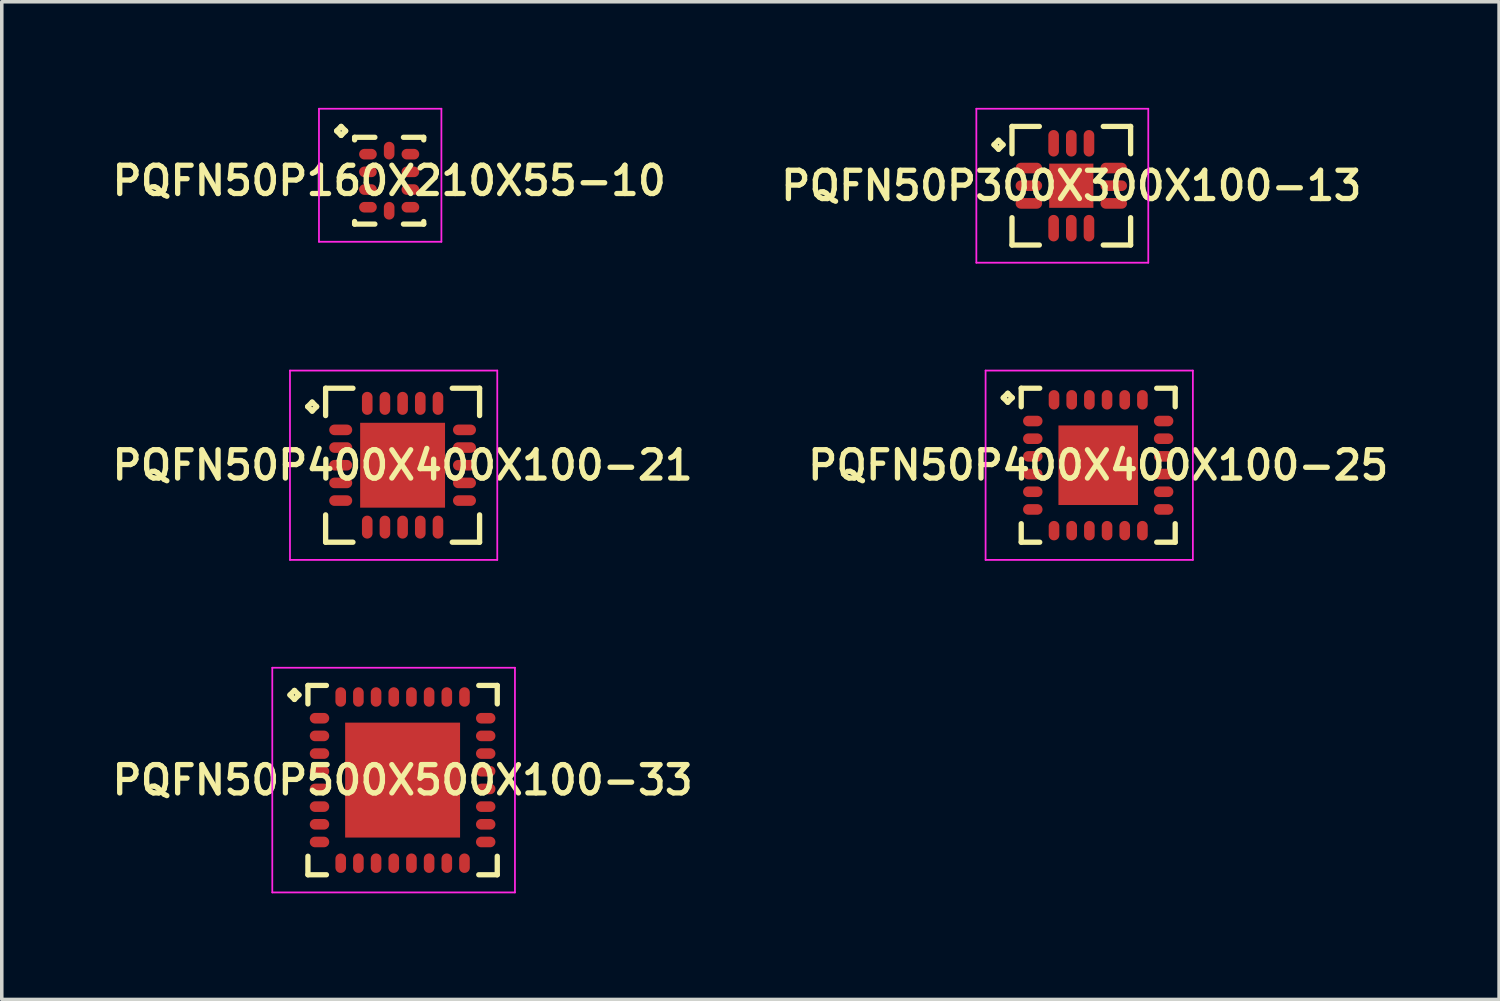
<source format=kicad_pcb>
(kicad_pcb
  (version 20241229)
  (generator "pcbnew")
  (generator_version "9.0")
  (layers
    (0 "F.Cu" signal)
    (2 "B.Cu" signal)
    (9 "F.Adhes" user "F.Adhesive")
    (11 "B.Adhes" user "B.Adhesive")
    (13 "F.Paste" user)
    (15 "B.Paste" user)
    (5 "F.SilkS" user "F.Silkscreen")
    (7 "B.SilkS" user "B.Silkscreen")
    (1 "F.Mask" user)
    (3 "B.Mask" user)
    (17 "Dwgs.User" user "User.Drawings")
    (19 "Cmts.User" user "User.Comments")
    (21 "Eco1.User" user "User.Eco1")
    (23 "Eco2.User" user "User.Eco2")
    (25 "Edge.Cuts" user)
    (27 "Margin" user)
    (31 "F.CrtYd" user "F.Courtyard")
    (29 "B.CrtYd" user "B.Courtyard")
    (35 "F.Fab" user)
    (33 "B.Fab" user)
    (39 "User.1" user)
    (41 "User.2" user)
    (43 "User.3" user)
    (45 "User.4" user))
  (footprint "PQFN50P400X400X100-25"
    (layer "F.Cu")
    (at 28.006 10.106)
    (property "Reference" "PQFN50P400X400X100-25" (at 0 0 0) (layer "F.SilkS") (effects (font (size 0.8 0.8) (thickness 0.15))))
    (attr smd)
    (fp_line (start -2.685 -1.908) (end -2.558 -2.035) (stroke (width 0.15) (type solid)) (layer "F.SilkS"))
    (fp_line (start -2.558 -2.035) (end -2.431 -1.908) (stroke (width 0.15) (type solid)) (layer "F.SilkS"))
    (fp_line (start -2.558 -1.781) (end -2.685 -1.908) (stroke (width 0.15) (type solid)) (layer "F.SilkS"))
    (fp_line (start -2.431 -1.908) (end -2.558 -1.781) (stroke (width 0.15) (type solid)) (layer "F.SilkS"))
    (fp_line (start -2.177 -2.177) (end -1.654 -2.177) (stroke (width 0.15) (type solid)) (layer "F.SilkS"))
    (fp_line (start -2.177 -1.654) (end -2.177 -2.177) (stroke (width 0.15) (type solid)) (layer "F.SilkS"))
    (fp_line (start -2.177 1.654) (end -2.177 2.177) (stroke (width 0.15) (type solid)) (layer "F.SilkS"))
    (fp_line (start -2.177 2.177) (end -1.654 2.177) (stroke (width 0.15) (type solid)) (layer "F.SilkS"))
    (fp_line (start 1.654 -2.177) (end 2.177 -2.177) (stroke (width 0.15) (type solid)) (layer "F.SilkS"))
    (fp_line (start 1.654 2.177) (end 2.177 2.177) (stroke (width 0.15) (type solid)) (layer "F.SilkS"))
    (fp_line (start 2.177 -2.177) (end 2.177 -1.654) (stroke (width 0.15) (type solid)) (layer "F.SilkS"))
    (fp_line (start 2.177 2.177) (end 2.177 1.654) (stroke (width 0.15) (type solid)) (layer "F.SilkS"))
    (fp_line (start -3.185 -2.677) (end 2.677 -2.677) (stroke (width 0.05) (type solid)) (layer "F.CrtYd"))
    (fp_line (start -3.185 2.677) (end -3.185 -2.677) (stroke (width 0.05) (type solid)) (layer "F.CrtYd"))
    (fp_line (start 2.677 -2.677) (end 2.677 2.677) (stroke (width 0.05) (type solid)) (layer "F.CrtYd"))
    (fp_line (start 2.677 2.677) (end -3.185 2.677) (stroke (width 0.05) (type solid)) (layer "F.CrtYd"))
    (pad "1" smd oval (at -1.85 -1.25) (size 0.55 0.3) (layers "F.Cu" "F.Mask" "F.Paste"))
    (pad "2" smd oval (at -1.85 -0.75) (size 0.55 0.3) (layers "F.Cu" "F.Mask" "F.Paste"))
    (pad "3" smd oval (at -1.85 -0.25) (size 0.55 0.3) (layers "F.Cu" "F.Mask" "F.Paste"))
    (pad "4" smd oval (at -1.85 0.25) (size 0.55 0.3) (layers "F.Cu" "F.Mask" "F.Paste"))
    (pad "5" smd oval (at -1.85 0.75) (size 0.55 0.3) (layers "F.Cu" "F.Mask" "F.Paste"))
    (pad "6" smd oval (at -1.85 1.25) (size 0.55 0.3) (layers "F.Cu" "F.Mask" "F.Paste"))
    (pad "7" smd oval (at -1.25 1.85) (size 0.3 0.55) (layers "F.Cu" "F.Mask" "F.Paste"))
    (pad "8" smd oval (at -0.75 1.85) (size 0.3 0.55) (layers "F.Cu" "F.Mask" "F.Paste"))
    (pad "9" smd oval (at -0.25 1.85) (size 0.3 0.55) (layers "F.Cu" "F.Mask" "F.Paste"))
    (pad "10" smd oval (at 0.25 1.85) (size 0.3 0.55) (layers "F.Cu" "F.Mask" "F.Paste"))
    (pad "11" smd oval (at 0.75 1.85) (size 0.3 0.55) (layers "F.Cu" "F.Mask" "F.Paste"))
    (pad "12" smd oval (at 1.25 1.85) (size 0.3 0.55) (layers "F.Cu" "F.Mask" "F.Paste"))
    (pad "13" smd oval (at 1.85 1.25) (size 0.55 0.3) (layers "F.Cu" "F.Mask" "F.Paste"))
    (pad "14" smd oval (at 1.85 0.75) (size 0.55 0.3) (layers "F.Cu" "F.Mask" "F.Paste"))
    (pad "15" smd oval (at 1.85 0.25) (size 0.55 0.3) (layers "F.Cu" "F.Mask" "F.Paste"))
    (pad "16" smd oval (at 1.85 -0.25) (size 0.55 0.3) (layers "F.Cu" "F.Mask" "F.Paste"))
    (pad "17" smd oval (at 1.85 -0.75) (size 0.55 0.3) (layers "F.Cu" "F.Mask" "F.Paste"))
    (pad "18" smd oval (at 1.85 -1.25) (size 0.55 0.3) (layers "F.Cu" "F.Mask" "F.Paste"))
    (pad "19" smd oval (at 1.25 -1.85) (size 0.3 0.55) (layers "F.Cu" "F.Mask" "F.Paste"))
    (pad "20" smd oval (at 0.75 -1.85) (size 0.3 0.55) (layers "F.Cu" "F.Mask" "F.Paste"))
    (pad "21" smd oval (at 0.25 -1.85) (size 0.3 0.55) (layers "F.Cu" "F.Mask" "F.Paste"))
    (pad "22" smd oval (at -0.25 -1.85) (size 0.3 0.55) (layers "F.Cu" "F.Mask" "F.Paste"))
    (pad "23" smd oval (at -0.75 -1.85) (size 0.3 0.55) (layers "F.Cu" "F.Mask" "F.Paste"))
    (pad "24" smd oval (at -1.25 -1.85) (size 0.3 0.55) (layers "F.Cu" "F.Mask" "F.Paste"))
    (pad "25" smd rect (at 0 0) (size 2.25 2.25) (layers "F.Cu" "F.Mask" "F.Paste")))
  (footprint "PQFN50P500X500X100-33"
    (layer "F.Cu")
    (at 8.335 19.01)
    (property "Reference" "PQFN50P500X500X100-33" (at 0 0 0) (layer "F.SilkS") (effects (font (size 0.8 0.8) (thickness 0.15))))
    (attr smd)
    (fp_line (start -3.185 -2.408) (end -3.058 -2.535) (stroke (width 0.15) (type solid)) (layer "F.SilkS"))
    (fp_line (start -3.058 -2.535) (end -2.931 -2.408) (stroke (width 0.15) (type solid)) (layer "F.SilkS"))
    (fp_line (start -3.058 -2.281) (end -3.185 -2.408) (stroke (width 0.15) (type solid)) (layer "F.SilkS"))
    (fp_line (start -2.931 -2.408) (end -3.058 -2.281) (stroke (width 0.15) (type solid)) (layer "F.SilkS"))
    (fp_line (start -2.677 -2.677) (end -2.154 -2.677) (stroke (width 0.15) (type solid)) (layer "F.SilkS"))
    (fp_line (start -2.677 -2.154) (end -2.677 -2.677) (stroke (width 0.15) (type solid)) (layer "F.SilkS"))
    (fp_line (start -2.677 2.154) (end -2.677 2.677) (stroke (width 0.15) (type solid)) (layer "F.SilkS"))
    (fp_line (start -2.677 2.677) (end -2.154 2.677) (stroke (width 0.15) (type solid)) (layer "F.SilkS"))
    (fp_line (start 2.154 -2.677) (end 2.677 -2.677) (stroke (width 0.15) (type solid)) (layer "F.SilkS"))
    (fp_line (start 2.154 2.677) (end 2.677 2.677) (stroke (width 0.15) (type solid)) (layer "F.SilkS"))
    (fp_line (start 2.677 -2.677) (end 2.677 -2.154) (stroke (width 0.15) (type solid)) (layer "F.SilkS"))
    (fp_line (start 2.677 2.677) (end 2.677 2.154) (stroke (width 0.15) (type solid)) (layer "F.SilkS"))
    (fp_line (start -3.685 -3.177) (end 3.177 -3.177) (stroke (width 0.05) (type solid)) (layer "F.CrtYd"))
    (fp_line (start -3.685 3.177) (end -3.685 -3.177) (stroke (width 0.05) (type solid)) (layer "F.CrtYd"))
    (fp_line (start 3.177 -3.177) (end 3.177 3.177) (stroke (width 0.05) (type solid)) (layer "F.CrtYd"))
    (fp_line (start 3.177 3.177) (end -3.685 3.177) (stroke (width 0.05) (type solid)) (layer "F.CrtYd"))
    (pad "1" smd oval (at -2.35 -1.75) (size 0.55 0.3) (layers "F.Cu" "F.Mask" "F.Paste"))
    (pad "2" smd oval (at -2.35 -1.25) (size 0.55 0.3) (layers "F.Cu" "F.Mask" "F.Paste"))
    (pad "3" smd oval (at -2.35 -0.75) (size 0.55 0.3) (layers "F.Cu" "F.Mask" "F.Paste"))
    (pad "4" smd oval (at -2.35 -0.25) (size 0.55 0.3) (layers "F.Cu" "F.Mask" "F.Paste"))
    (pad "5" smd oval (at -2.35 0.25) (size 0.55 0.3) (layers "F.Cu" "F.Mask" "F.Paste"))
    (pad "6" smd oval (at -2.35 0.75) (size 0.55 0.3) (layers "F.Cu" "F.Mask" "F.Paste"))
    (pad "7" smd oval (at -2.35 1.25) (size 0.55 0.3) (layers "F.Cu" "F.Mask" "F.Paste"))
    (pad "8" smd oval (at -2.35 1.75) (size 0.55 0.3) (layers "F.Cu" "F.Mask" "F.Paste"))
    (pad "9" smd oval (at -1.75 2.35) (size 0.3 0.55) (layers "F.Cu" "F.Mask" "F.Paste"))
    (pad "10" smd oval (at -1.25 2.35) (size 0.3 0.55) (layers "F.Cu" "F.Mask" "F.Paste"))
    (pad "11" smd oval (at -0.75 2.35) (size 0.3 0.55) (layers "F.Cu" "F.Mask" "F.Paste"))
    (pad "12" smd oval (at -0.25 2.35) (size 0.3 0.55) (layers "F.Cu" "F.Mask" "F.Paste"))
    (pad "13" smd oval (at 0.25 2.35) (size 0.3 0.55) (layers "F.Cu" "F.Mask" "F.Paste"))
    (pad "14" smd oval (at 0.75 2.35) (size 0.3 0.55) (layers "F.Cu" "F.Mask" "F.Paste"))
    (pad "15" smd oval (at 1.25 2.35) (size 0.3 0.55) (layers "F.Cu" "F.Mask" "F.Paste"))
    (pad "16" smd oval (at 1.75 2.35) (size 0.3 0.55) (layers "F.Cu" "F.Mask" "F.Paste"))
    (pad "17" smd oval (at 2.35 1.75) (size 0.55 0.3) (layers "F.Cu" "F.Mask" "F.Paste"))
    (pad "18" smd oval (at 2.35 1.25) (size 0.55 0.3) (layers "F.Cu" "F.Mask" "F.Paste"))
    (pad "19" smd oval (at 2.35 0.75) (size 0.55 0.3) (layers "F.Cu" "F.Mask" "F.Paste"))
    (pad "20" smd oval (at 2.35 0.25) (size 0.55 0.3) (layers "F.Cu" "F.Mask" "F.Paste"))
    (pad "21" smd oval (at 2.35 -0.25) (size 0.55 0.3) (layers "F.Cu" "F.Mask" "F.Paste"))
    (pad "22" smd oval (at 2.35 -0.75) (size 0.55 0.3) (layers "F.Cu" "F.Mask" "F.Paste"))
    (pad "23" smd oval (at 2.35 -1.25) (size 0.55 0.3) (layers "F.Cu" "F.Mask" "F.Paste"))
    (pad "24" smd oval (at 2.35 -1.75) (size 0.55 0.3) (layers "F.Cu" "F.Mask" "F.Paste"))
    (pad "25" smd oval (at 1.75 -2.35) (size 0.3 0.55) (layers "F.Cu" "F.Mask" "F.Paste"))
    (pad "26" smd oval (at 1.25 -2.35) (size 0.3 0.55) (layers "F.Cu" "F.Mask" "F.Paste"))
    (pad "27" smd oval (at 0.75 -2.35) (size 0.3 0.55) (layers "F.Cu" "F.Mask" "F.Paste"))
    (pad "28" smd oval (at 0.25 -2.35) (size 0.3 0.55) (layers "F.Cu" "F.Mask" "F.Paste"))
    (pad "29" smd oval (at -0.25 -2.35) (size 0.3 0.55) (layers "F.Cu" "F.Mask" "F.Paste"))
    (pad "30" smd oval (at -0.75 -2.35) (size 0.3 0.55) (layers "F.Cu" "F.Mask" "F.Paste"))
    (pad "31" smd oval (at -1.25 -2.35) (size 0.3 0.55) (layers "F.Cu" "F.Mask" "F.Paste"))
    (pad "32" smd oval (at -1.75 -2.35) (size 0.3 0.55) (layers "F.Cu" "F.Mask" "F.Paste"))
    (pad "33" smd rect (at 0 0) (size 3.25 3.25) (layers "F.Cu" "F.Mask" "F.Paste")))
  (footprint "PQFN50P300X300X100-13"
    (layer "F.Cu")
    (at 27.245 2.202)
    (property "Reference" "PQFN50P300X300X100-13" (at 0 0 0) (layer "F.SilkS") (effects (font (size 0.8 0.8) (thickness 0.15))))
    (attr smd)
    (fp_line (start -2.185 -1.158) (end -2.058 -1.285) (stroke (width 0.15) (type solid)) (layer "F.SilkS"))
    (fp_line (start -2.058 -1.285) (end -1.931 -1.158) (stroke (width 0.15) (type solid)) (layer "F.SilkS"))
    (fp_line (start -2.058 -1.031) (end -2.185 -1.158) (stroke (width 0.15) (type solid)) (layer "F.SilkS"))
    (fp_line (start -1.931 -1.158) (end -2.058 -1.031) (stroke (width 0.15) (type solid)) (layer "F.SilkS"))
    (fp_line (start -1.677 -1.677) (end -0.904 -1.677) (stroke (width 0.15) (type solid)) (layer "F.SilkS"))
    (fp_line (start -1.677 -0.904) (end -1.677 -1.677) (stroke (width 0.15) (type solid)) (layer "F.SilkS"))
    (fp_line (start -1.677 0.904) (end -1.677 1.677) (stroke (width 0.15) (type solid)) (layer "F.SilkS"))
    (fp_line (start -1.677 1.677) (end -0.904 1.677) (stroke (width 0.15) (type solid)) (layer "F.SilkS"))
    (fp_line (start 0.904 -1.677) (end 1.677 -1.677) (stroke (width 0.15) (type solid)) (layer "F.SilkS"))
    (fp_line (start 0.904 1.677) (end 1.677 1.677) (stroke (width 0.15) (type solid)) (layer "F.SilkS"))
    (fp_line (start 1.677 -1.677) (end 1.677 -0.904) (stroke (width 0.15) (type solid)) (layer "F.SilkS"))
    (fp_line (start 1.677 1.677) (end 1.677 0.904) (stroke (width 0.15) (type solid)) (layer "F.SilkS"))
    (fp_line (start -2.685 -2.177) (end 2.177 -2.177) (stroke (width 0.05) (type solid)) (layer "F.CrtYd"))
    (fp_line (start -2.685 2.177) (end -2.685 -2.177) (stroke (width 0.05) (type solid)) (layer "F.CrtYd"))
    (fp_line (start 2.177 -2.177) (end 2.177 2.177) (stroke (width 0.05) (type solid)) (layer "F.CrtYd"))
    (fp_line (start 2.177 2.177) (end -2.685 2.177) (stroke (width 0.05) (type solid)) (layer "F.CrtYd"))
    (pad "1" smd oval (at -1.2 -0.5) (size 0.75 0.3) (layers "F.Cu" "F.Mask" "F.Paste"))
    (pad "2" smd oval (at -1.2 0) (size 0.75 0.3) (layers "F.Cu" "F.Mask" "F.Paste"))
    (pad "3" smd oval (at -1.2 0.5) (size 0.75 0.3) (layers "F.Cu" "F.Mask" "F.Paste"))
    (pad "4" smd oval (at -0.5 1.2) (size 0.3 0.75) (layers "F.Cu" "F.Mask" "F.Paste"))
    (pad "5" smd oval (at 0 1.2) (size 0.3 0.75) (layers "F.Cu" "F.Mask" "F.Paste"))
    (pad "6" smd oval (at 0.5 1.2) (size 0.3 0.75) (layers "F.Cu" "F.Mask" "F.Paste"))
    (pad "7" smd oval (at 1.2 0.5) (size 0.75 0.3) (layers "F.Cu" "F.Mask" "F.Paste"))
    (pad "8" smd oval (at 1.2 0) (size 0.75 0.3) (layers "F.Cu" "F.Mask" "F.Paste"))
    (pad "9" smd oval (at 1.2 -0.5) (size 0.75 0.3) (layers "F.Cu" "F.Mask" "F.Paste"))
    (pad "10" smd oval (at 0.5 -1.2) (size 0.3 0.75) (layers "F.Cu" "F.Mask" "F.Paste"))
    (pad "11" smd oval (at 0 -1.2) (size 0.3 0.75) (layers "F.Cu" "F.Mask" "F.Paste"))
    (pad "12" smd oval (at -0.5 -1.2) (size 0.3 0.75) (layers "F.Cu" "F.Mask" "F.Paste"))
    (pad "13" smd rect (at 0 0) (size 1.25 1.25) (layers "F.Cu" "F.Mask" "F.Paste")))
  (footprint "PQFN50P400X400X100-21"
    (layer "F.Cu")
    (at 8.335 10.106)
    (property "Reference" "PQFN50P400X400X100-21" (at 0 0 0) (layer "F.SilkS") (effects (font (size 0.8 0.8) (thickness 0.15))))
    (attr smd)
    (fp_line (start -2.685 -1.658) (end -2.558 -1.785) (stroke (width 0.15) (type solid)) (layer "F.SilkS"))
    (fp_line (start -2.558 -1.785) (end -2.431 -1.658) (stroke (width 0.15) (type solid)) (layer "F.SilkS"))
    (fp_line (start -2.558 -1.531) (end -2.685 -1.658) (stroke (width 0.15) (type solid)) (layer "F.SilkS"))
    (fp_line (start -2.431 -1.658) (end -2.558 -1.531) (stroke (width 0.15) (type solid)) (layer "F.SilkS"))
    (fp_line (start -2.177 -2.177) (end -1.404 -2.177) (stroke (width 0.15) (type solid)) (layer "F.SilkS"))
    (fp_line (start -2.177 -1.404) (end -2.177 -2.177) (stroke (width 0.15) (type solid)) (layer "F.SilkS"))
    (fp_line (start -2.177 1.404) (end -2.177 2.177) (stroke (width 0.15) (type solid)) (layer "F.SilkS"))
    (fp_line (start -2.177 2.177) (end -1.404 2.177) (stroke (width 0.15) (type solid)) (layer "F.SilkS"))
    (fp_line (start 1.404 -2.177) (end 2.177 -2.177) (stroke (width 0.15) (type solid)) (layer "F.SilkS"))
    (fp_line (start 1.404 2.177) (end 2.177 2.177) (stroke (width 0.15) (type solid)) (layer "F.SilkS"))
    (fp_line (start 2.177 -2.177) (end 2.177 -1.404) (stroke (width 0.15) (type solid)) (layer "F.SilkS"))
    (fp_line (start 2.177 2.177) (end 2.177 1.404) (stroke (width 0.15) (type solid)) (layer "F.SilkS"))
    (fp_line (start -3.185 -2.677) (end 2.677 -2.677) (stroke (width 0.05) (type solid)) (layer "F.CrtYd"))
    (fp_line (start -3.185 2.677) (end -3.185 -2.677) (stroke (width 0.05) (type solid)) (layer "F.CrtYd"))
    (fp_line (start 2.677 -2.677) (end 2.677 2.677) (stroke (width 0.05) (type solid)) (layer "F.CrtYd"))
    (fp_line (start 2.677 2.677) (end -3.185 2.677) (stroke (width 0.05) (type solid)) (layer "F.CrtYd"))
    (pad "1" smd oval (at -1.75 -1) (size 0.65 0.3) (layers "F.Cu" "F.Mask" "F.Paste"))
    (pad "2" smd oval (at -1.75 -0.5) (size 0.65 0.3) (layers "F.Cu" "F.Mask" "F.Paste"))
    (pad "3" smd oval (at -1.75 0) (size 0.65 0.3) (layers "F.Cu" "F.Mask" "F.Paste"))
    (pad "4" smd oval (at -1.75 0.5) (size 0.65 0.3) (layers "F.Cu" "F.Mask" "F.Paste"))
    (pad "5" smd oval (at -1.75 1) (size 0.65 0.3) (layers "F.Cu" "F.Mask" "F.Paste"))
    (pad "6" smd oval (at -1 1.75) (size 0.3 0.65) (layers "F.Cu" "F.Mask" "F.Paste"))
    (pad "7" smd oval (at -0.5 1.75) (size 0.3 0.65) (layers "F.Cu" "F.Mask" "F.Paste"))
    (pad "8" smd oval (at 0 1.75) (size 0.3 0.65) (layers "F.Cu" "F.Mask" "F.Paste"))
    (pad "9" smd oval (at 0.5 1.75) (size 0.3 0.65) (layers "F.Cu" "F.Mask" "F.Paste"))
    (pad "10" smd oval (at 1 1.75) (size 0.3 0.65) (layers "F.Cu" "F.Mask" "F.Paste"))
    (pad "11" smd oval (at 1.75 1) (size 0.65 0.3) (layers "F.Cu" "F.Mask" "F.Paste"))
    (pad "12" smd oval (at 1.75 0.5) (size 0.65 0.3) (layers "F.Cu" "F.Mask" "F.Paste"))
    (pad "13" smd oval (at 1.75 0) (size 0.65 0.3) (layers "F.Cu" "F.Mask" "F.Paste"))
    (pad "14" smd oval (at 1.75 -0.5) (size 0.65 0.3) (layers "F.Cu" "F.Mask" "F.Paste"))
    (pad "15" smd oval (at 1.75 -1) (size 0.65 0.3) (layers "F.Cu" "F.Mask" "F.Paste"))
    (pad "16" smd oval (at 1 -1.75) (size 0.3 0.65) (layers "F.Cu" "F.Mask" "F.Paste"))
    (pad "17" smd oval (at 0.5 -1.75) (size 0.3 0.65) (layers "F.Cu" "F.Mask" "F.Paste"))
    (pad "18" smd oval (at 0 -1.75) (size 0.3 0.65) (layers "F.Cu" "F.Mask" "F.Paste"))
    (pad "19" smd oval (at -0.5 -1.75) (size 0.3 0.65) (layers "F.Cu" "F.Mask" "F.Paste"))
    (pad "20" smd oval (at -1 -1.75) (size 0.3 0.65) (layers "F.Cu" "F.Mask" "F.Paste"))
    (pad "21" smd rect (at 0 0) (size 2.4 2.4) (layers "F.Cu" "F.Mask" "F.Paste")))
  (footprint "PQFN50P160X210X55-10"
    (layer "F.Cu")
    (at 7.955 2.06)
    (property "Reference" "PQFN50P160X210X55-10" (at 0 0 0) (layer "F.SilkS") (effects (font (size 0.8 0.8) (thickness 0.15))))
    (attr smd)
    (fp_line (start -1.485 -1.408) (end -1.358 -1.535) (stroke (width 0.15) (type solid)) (layer "F.SilkS"))
    (fp_line (start -1.358 -1.535) (end -1.231 -1.408) (stroke (width 0.15) (type solid)) (layer "F.SilkS"))
    (fp_line (start -1.358 -1.281) (end -1.485 -1.408) (stroke (width 0.15) (type solid)) (layer "F.SilkS"))
    (fp_line (start -1.231 -1.408) (end -1.358 -1.281) (stroke (width 0.15) (type solid)) (layer "F.SilkS"))
    (fp_line (start -0.977 -1.227) (end -0.404 -1.227) (stroke (width 0.15) (type solid)) (layer "F.SilkS"))
    (fp_line (start -0.977 -1.154) (end -0.977 -1.227) (stroke (width 0.15) (type solid)) (layer "F.SilkS"))
    (fp_line (start -0.977 1.154) (end -0.977 1.227) (stroke (width 0.15) (type solid)) (layer "F.SilkS"))
    (fp_line (start -0.977 1.227) (end -0.404 1.227) (stroke (width 0.15) (type solid)) (layer "F.SilkS"))
    (fp_line (start 0.404 -1.227) (end 0.977 -1.227) (stroke (width 0.15) (type solid)) (layer "F.SilkS"))
    (fp_line (start 0.404 1.227) (end 0.977 1.227) (stroke (width 0.15) (type solid)) (layer "F.SilkS"))
    (fp_line (start 0.977 -1.227) (end 0.977 -1.154) (stroke (width 0.15) (type solid)) (layer "F.SilkS"))
    (fp_line (start 0.977 1.227) (end 0.977 1.154) (stroke (width 0.15) (type solid)) (layer "F.SilkS"))
    (fp_line (start -1.985 -2.035) (end 1.477 -2.035) (stroke (width 0.05) (type solid)) (layer "F.CrtYd"))
    (fp_line (start -1.985 1.727) (end -1.985 -2.035) (stroke (width 0.05) (type solid)) (layer "F.CrtYd"))
    (fp_line (start 1.477 -2.035) (end 1.477 1.727) (stroke (width 0.05) (type solid)) (layer "F.CrtYd"))
    (fp_line (start 1.477 1.727) (end -1.985 1.727) (stroke (width 0.05) (type solid)) (layer "F.CrtYd"))
    (pad "1" smd oval (at -0.6 -0.75) (size 0.5 0.3) (layers "F.Cu" "F.Mask" "F.Paste"))
    (pad "2" smd oval (at -0.6 -0.25) (size 0.5 0.3) (layers "F.Cu" "F.Mask" "F.Paste"))
    (pad "3" smd oval (at -0.6 0.25) (size 0.5 0.3) (layers "F.Cu" "F.Mask" "F.Paste"))
    (pad "4" smd oval (at -0.6 0.75) (size 0.5 0.3) (layers "F.Cu" "F.Mask" "F.Paste"))
    (pad "5" smd oval (at 0 0.85) (size 0.3 0.5) (layers "F.Cu" "F.Mask" "F.Paste"))
    (pad "6" smd oval (at 0.6 0.75) (size 0.5 0.3) (layers "F.Cu" "F.Mask" "F.Paste"))
    (pad "7" smd oval (at 0.6 0.25) (size 0.5 0.3) (layers "F.Cu" "F.Mask" "F.Paste"))
    (pad "8" smd oval (at 0.6 -0.25) (size 0.5 0.3) (layers "F.Cu" "F.Mask" "F.Paste"))
    (pad "9" smd oval (at 0.6 -0.75) (size 0.5 0.3) (layers "F.Cu" "F.Mask" "F.Paste"))
    (pad "10" smd oval (at 0 -0.85) (size 0.3 0.5) (layers "F.Cu" "F.Mask" "F.Paste")))
  (gr_rect
    (start -3 -3)
    (end 39.342 25.212)
    (stroke (width 0.1) (type default))
    (fill no)
    (layer "Edge.Cuts")))
</source>
